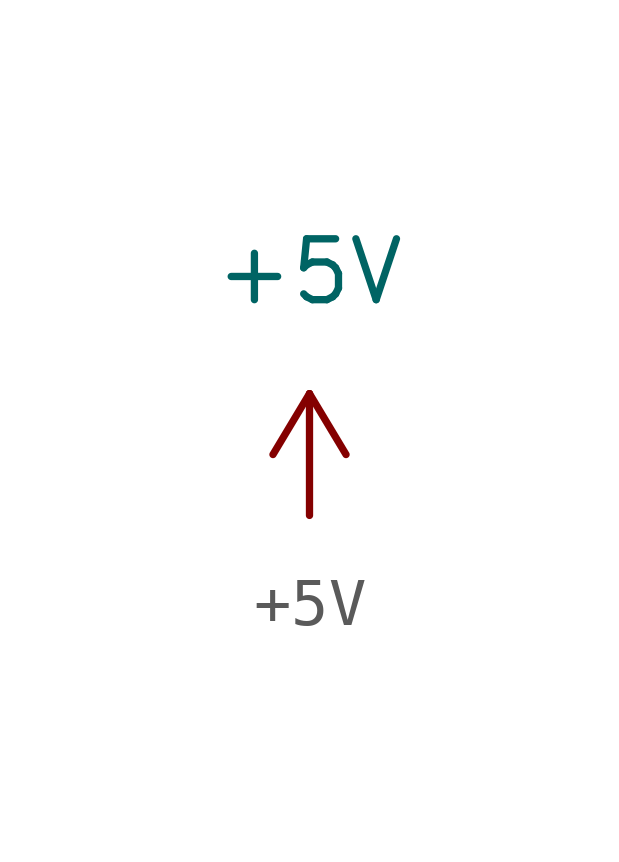
<source format=kicad_sym>
(kicad_symbol_lib
  (version 20211014)
  (generator kicad_symbol_editor)
  (symbol "+5V"
    (power)
    (pin_numbers hide)
    (pin_names
      (offset 0))
    (property "Reference" "#PWR"
      (at 1.27 0 90)
      (effects (font (size 1.27 1.27)) hide))
    (property "Value" "+5V"
      (at 0 5.08 0)
      (effects (font (size 1.27 1.27))))
    (symbol "+5V_1_1"
      (polyline (pts (xy -0.762 1.27) (xy 0 2.54)) (stroke (width 0) (type default) (color 0 0 0 0)) (fill (type none)))
      (polyline (pts (xy 0 0) (xy 0 2.54)) (stroke (width 0) (type default) (color 0 0 0 0)) (fill (type none)))
      (polyline (pts (xy 0 2.54) (xy 0.762 1.27)) (stroke (width 0) (type default) (color 0 0 0 0)) (fill (type none)))
      (pin power_in line (at 0 0 90) (length 0) hide (name "+5V" (effects (font (size 1.27 1.27)))) (number "1" (effects (font (size 1.27 1.27))))))))
</source>
